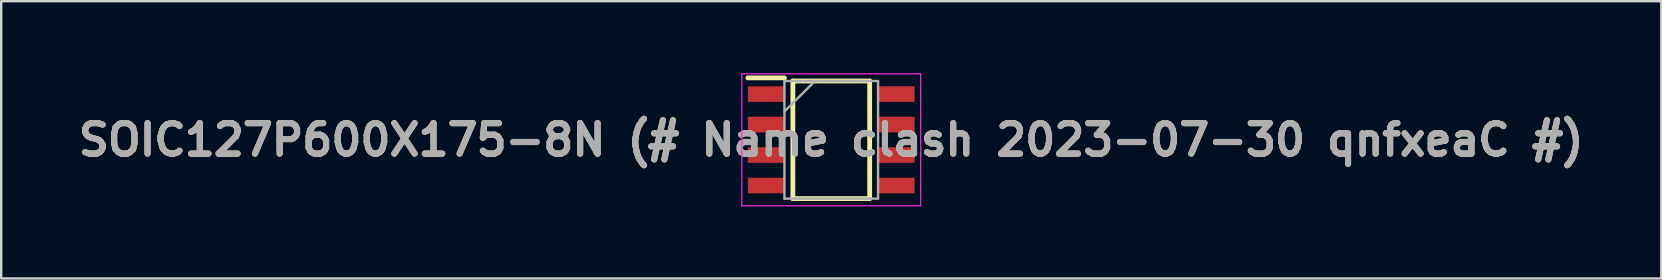
<source format=kicad_pcb>
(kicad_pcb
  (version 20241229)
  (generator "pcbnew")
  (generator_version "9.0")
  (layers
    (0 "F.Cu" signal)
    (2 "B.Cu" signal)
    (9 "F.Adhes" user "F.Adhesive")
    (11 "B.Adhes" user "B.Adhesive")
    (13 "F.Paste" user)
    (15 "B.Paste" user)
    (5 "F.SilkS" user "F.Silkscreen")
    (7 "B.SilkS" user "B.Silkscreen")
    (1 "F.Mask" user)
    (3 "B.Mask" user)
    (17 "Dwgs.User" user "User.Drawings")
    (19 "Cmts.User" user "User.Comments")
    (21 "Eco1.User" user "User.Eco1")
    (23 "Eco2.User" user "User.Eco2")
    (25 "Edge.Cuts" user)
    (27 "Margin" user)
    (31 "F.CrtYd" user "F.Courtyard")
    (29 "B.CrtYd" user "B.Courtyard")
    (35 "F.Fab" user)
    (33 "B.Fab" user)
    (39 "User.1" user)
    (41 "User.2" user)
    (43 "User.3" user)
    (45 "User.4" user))
  (footprint "SOIC127P600X175-8N (# Name clash 2023-07-30 qnfxeaC #)"
    (layer "F.Cu")
    (at 31.581 2.775)
    (property "Reference" "SOIC127P600X175-8N (# Name clash 2023-07-30 qnfxeaC #)" (at 0 0 0) (layer "F.SilkS") (effects (font (size 1.27 1.27) (thickness 0.254))))
    (attr smd)
    (fp_line (start -3.475 -2.58) (end -1.95 -2.58) (stroke (width 0.2) (type solid)) (layer "F.SilkS"))
    (fp_line (start -1.6 -2.45) (end 1.6 -2.45) (stroke (width 0.2) (type solid)) (layer "F.SilkS"))
    (fp_line (start -1.6 2.45) (end -1.6 -2.45) (stroke (width 0.2) (type solid)) (layer "F.SilkS"))
    (fp_line (start 1.6 -2.45) (end 1.6 2.45) (stroke (width 0.2) (type solid)) (layer "F.SilkS"))
    (fp_line (start 1.6 2.45) (end -1.6 2.45) (stroke (width 0.2) (type solid)) (layer "F.SilkS"))
    (fp_line (start -3.725 -2.75) (end 3.725 -2.75) (stroke (width 0.05) (type solid)) (layer "F.CrtYd"))
    (fp_line (start -3.725 2.75) (end -3.725 -2.75) (stroke (width 0.05) (type solid)) (layer "F.CrtYd"))
    (fp_line (start 3.725 -2.75) (end 3.725 2.75) (stroke (width 0.05) (type solid)) (layer "F.CrtYd"))
    (fp_line (start 3.725 2.75) (end -3.725 2.75) (stroke (width 0.05) (type solid)) (layer "F.CrtYd"))
    (fp_line (start -1.95 -2.45) (end 1.95 -2.45) (stroke (width 0.1) (type solid)) (layer "F.Fab"))
    (fp_line (start -1.95 -1.18) (end -0.68 -2.45) (stroke (width 0.1) (type solid)) (layer "F.Fab"))
    (fp_line (start -1.95 2.45) (end -1.95 -2.45) (stroke (width 0.1) (type solid)) (layer "F.Fab"))
    (fp_line (start 1.95 -2.45) (end 1.95 2.45) (stroke (width 0.1) (type solid)) (layer "F.Fab"))
    (fp_line (start 1.95 2.45) (end -1.95 2.45) (stroke (width 0.1) (type solid)) (layer "F.Fab"))
    (fp_text user "${REFERENCE}" (at 0 0 0) (layer "F.Fab") (effects (font (size 1.27 1.27) (thickness 0.254))))
    (pad "1" smd rect (at -2.712 -1.905 90) (size 0.65 1.525) (layers "F.Cu" "F.Mask" "F.Paste"))
    (pad "2" smd rect (at -2.712 -0.635 90) (size 0.65 1.525) (layers "F.Cu" "F.Mask" "F.Paste"))
    (pad "3" smd rect (at -2.712 0.635 90) (size 0.65 1.525) (layers "F.Cu" "F.Mask" "F.Paste"))
    (pad "4" smd rect (at -2.712 1.905 90) (size 0.65 1.525) (layers "F.Cu" "F.Mask" "F.Paste"))
    (pad "5" smd rect (at 2.712 1.905 90) (size 0.65 1.525) (layers "F.Cu" "F.Mask" "F.Paste"))
    (pad "6" smd rect (at 2.712 0.635 90) (size 0.65 1.525) (layers "F.Cu" "F.Mask" "F.Paste"))
    (pad "7" smd rect (at 2.712 -0.635 90) (size 0.65 1.525) (layers "F.Cu" "F.Mask" "F.Paste"))
    (pad "8" smd rect (at 2.712 -1.905 90) (size 0.65 1.525) (layers "F.Cu" "F.Mask" "F.Paste")))
  (gr_rect
    (start -3 -3)
    (end 66.161 8.55)
    (stroke (width 0.1) (type default))
    (fill no)
    (layer "Edge.Cuts")))
</source>
